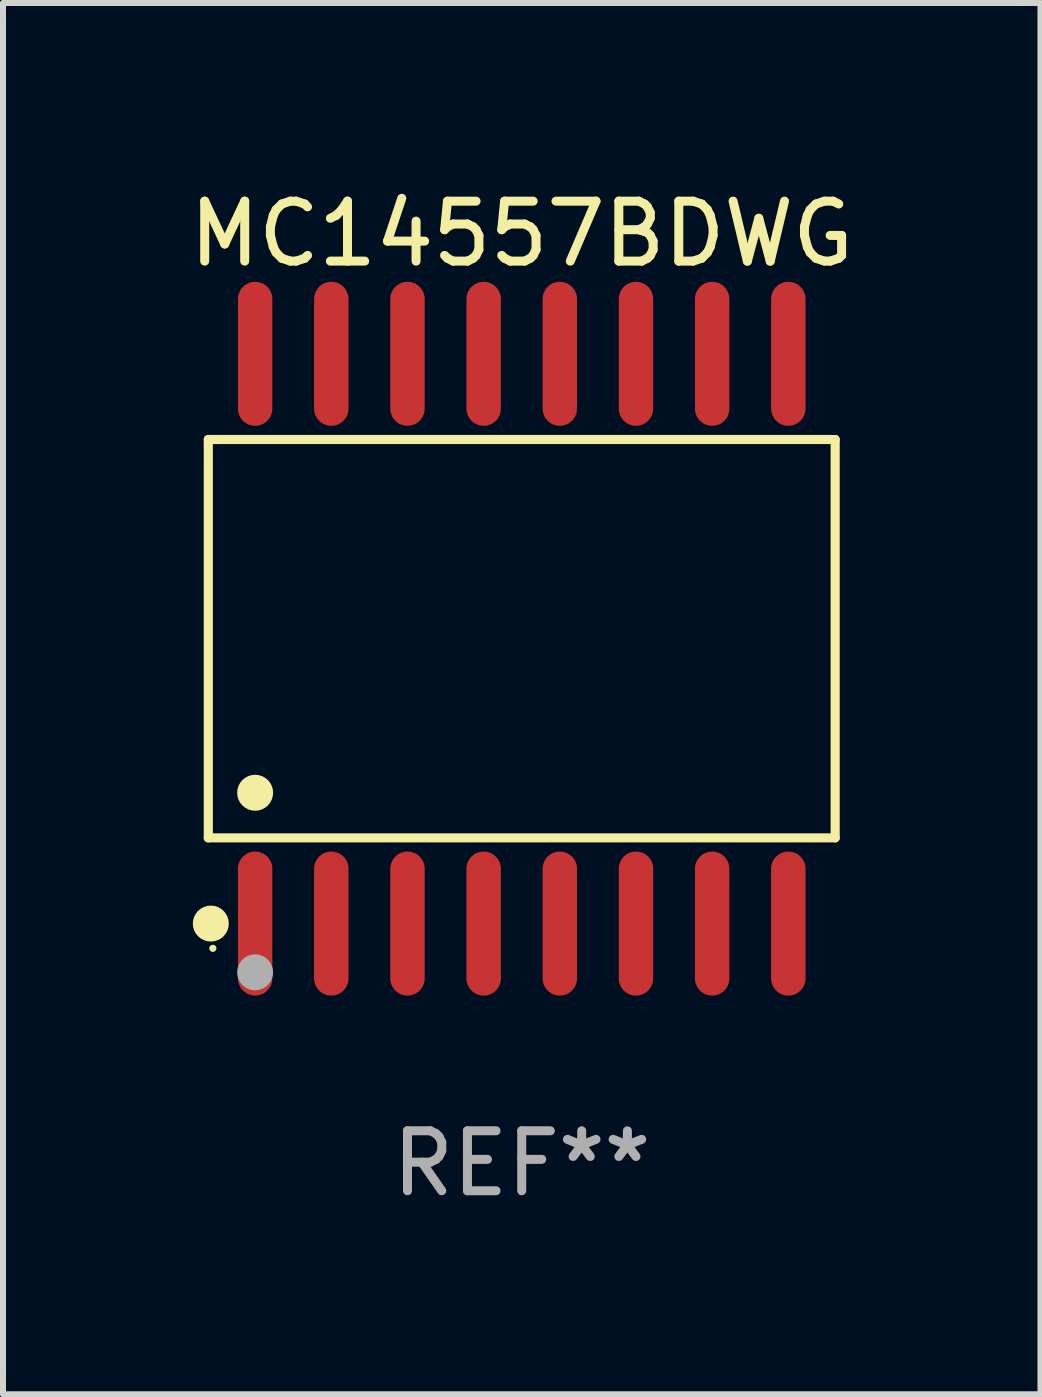
<source format=kicad_pcb>
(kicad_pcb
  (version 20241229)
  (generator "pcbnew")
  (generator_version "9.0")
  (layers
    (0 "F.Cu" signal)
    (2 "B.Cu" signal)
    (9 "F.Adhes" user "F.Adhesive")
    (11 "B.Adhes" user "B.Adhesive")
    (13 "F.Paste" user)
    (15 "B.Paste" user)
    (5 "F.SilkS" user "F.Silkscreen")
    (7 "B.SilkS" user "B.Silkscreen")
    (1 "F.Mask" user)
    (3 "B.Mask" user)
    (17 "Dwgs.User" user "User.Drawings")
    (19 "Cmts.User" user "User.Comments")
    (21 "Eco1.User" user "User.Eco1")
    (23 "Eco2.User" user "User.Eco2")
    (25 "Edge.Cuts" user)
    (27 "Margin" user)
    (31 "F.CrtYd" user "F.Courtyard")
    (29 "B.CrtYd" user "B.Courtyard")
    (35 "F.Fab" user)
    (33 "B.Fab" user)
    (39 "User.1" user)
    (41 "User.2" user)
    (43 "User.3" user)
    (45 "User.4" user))
  (footprint "MC14557BDWG"
    (layer "F.Cu")
    (at 5.649 7.599)
    (property "Reference" "MC14557BDWG" (at 0 -6.75 0) (layer "F.SilkS") (effects (font (size 1 1) (thickness 0.15))))
    (attr through_hole)
    (fp_line (start -5.226 -3.321) (end 5.226 -3.321) (stroke (width 0.152) (type solid)) (layer "F.SilkS"))
    (fp_line (start -5.226 3.321) (end -5.226 -3.321) (stroke (width 0.152) (type solid)) (layer "F.SilkS"))
    (fp_line (start 5.226 -3.321) (end 5.226 3.321) (stroke (width 0.152) (type solid)) (layer "F.SilkS"))
    (fp_line (start 5.226 3.321) (end -5.226 3.321) (stroke (width 0.152) (type solid)) (layer "F.SilkS"))
    (fp_circle (center -5.184 4.75) (end -5.034 4.75) (stroke (width 0.3) (type solid)) (fill no) (layer "F.SilkS"))
    (fp_circle (center -5.15 5.163) (end -5.12 5.163) (stroke (width 0.06) (type solid)) (fill no) (layer "F.SilkS"))
    (fp_circle (center -4.445 2.569) (end -4.295 2.569) (stroke (width 0.3) (type solid)) (fill no) (layer "F.SilkS"))
    (fp_circle (center -4.445 5.563) (end -4.295 5.563) (stroke (width 0.3) (type solid)) (fill no) (layer "F.Fab"))
    (fp_text user "REF**" (at 0 8.75 0) (layer "F.Fab") (effects (font (size 1 1) (thickness 0.15))))
    (pad "1" smd oval (at -4.445 4.75) (size 0.574 2.401) (layers "F.Cu" "F.Mask" "F.Paste"))
    (pad "2" smd oval (at -3.175 4.75) (size 0.574 2.401) (layers "F.Cu" "F.Mask" "F.Paste"))
    (pad "3" smd oval (at -1.905 4.75) (size 0.574 2.401) (layers "F.Cu" "F.Mask" "F.Paste"))
    (pad "4" smd oval (at -0.635 4.75) (size 0.574 2.401) (layers "F.Cu" "F.Mask" "F.Paste"))
    (pad "5" smd oval (at 0.635 4.75) (size 0.574 2.401) (layers "F.Cu" "F.Mask" "F.Paste"))
    (pad "6" smd oval (at 1.905 4.75) (size 0.574 2.401) (layers "F.Cu" "F.Mask" "F.Paste"))
    (pad "7" smd oval (at 3.175 4.75) (size 0.574 2.401) (layers "F.Cu" "F.Mask" "F.Paste"))
    (pad "8" smd oval (at 4.445 4.75) (size 0.574 2.401) (layers "F.Cu" "F.Mask" "F.Paste"))
    (pad "9" smd oval (at 4.445 -4.75) (size 0.574 2.401) (layers "F.Cu" "F.Mask" "F.Paste"))
    (pad "10" smd oval (at 3.175 -4.75) (size 0.574 2.401) (layers "F.Cu" "F.Mask" "F.Paste"))
    (pad "11" smd oval (at 1.905 -4.75) (size 0.574 2.401) (layers "F.Cu" "F.Mask" "F.Paste"))
    (pad "12" smd oval (at 0.635 -4.75) (size 0.574 2.401) (layers "F.Cu" "F.Mask" "F.Paste"))
    (pad "13" smd oval (at -0.635 -4.75) (size 0.574 2.401) (layers "F.Cu" "F.Mask" "F.Paste"))
    (pad "14" smd oval (at -1.905 -4.75) (size 0.574 2.401) (layers "F.Cu" "F.Mask" "F.Paste"))
    (pad "15" smd oval (at -3.175 -4.75) (size 0.574 2.401) (layers "F.Cu" "F.Mask" "F.Paste"))
    (pad "16" smd oval (at -4.445 -4.75) (size 0.574 2.401) (layers "F.Cu" "F.Mask" "F.Paste")))
  (gr_rect
    (start -3 -3)
    (end 14.298 20.197)
    (stroke (width 0.1) (type default))
    (fill no)
    (layer "Edge.Cuts")))
</source>
